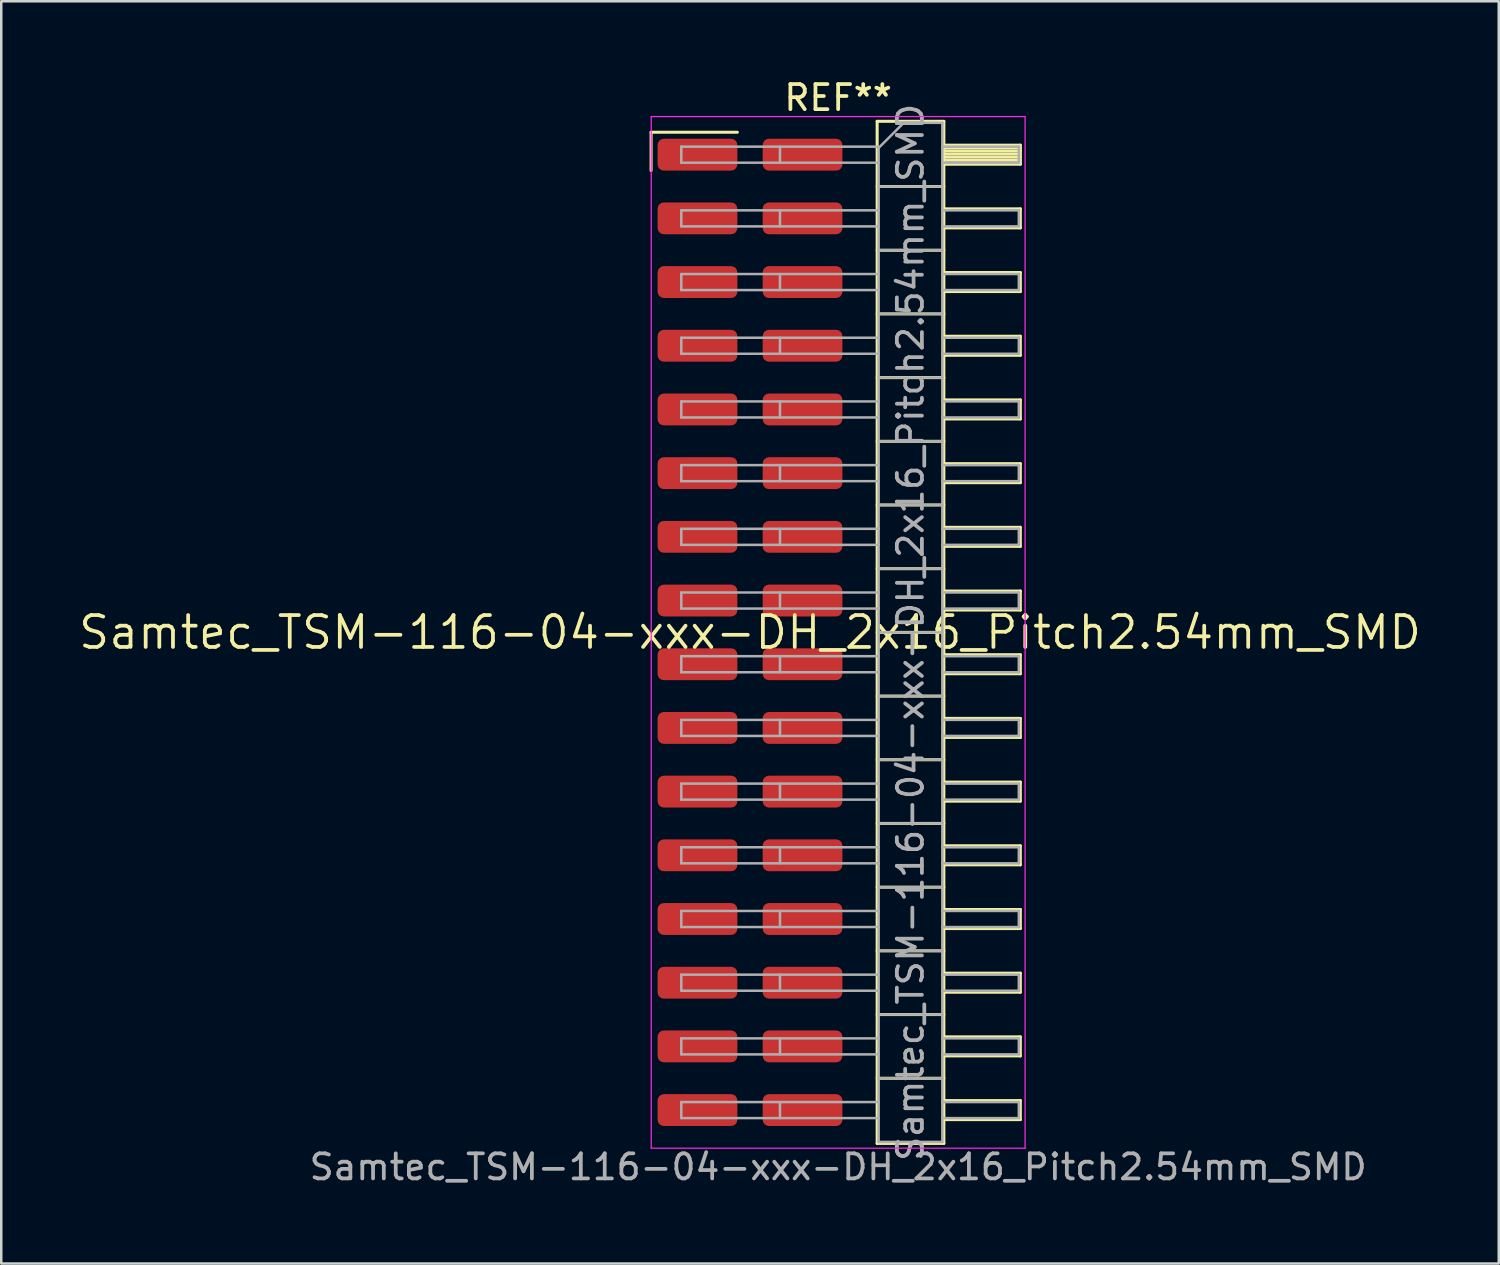
<source format=kicad_pcb>
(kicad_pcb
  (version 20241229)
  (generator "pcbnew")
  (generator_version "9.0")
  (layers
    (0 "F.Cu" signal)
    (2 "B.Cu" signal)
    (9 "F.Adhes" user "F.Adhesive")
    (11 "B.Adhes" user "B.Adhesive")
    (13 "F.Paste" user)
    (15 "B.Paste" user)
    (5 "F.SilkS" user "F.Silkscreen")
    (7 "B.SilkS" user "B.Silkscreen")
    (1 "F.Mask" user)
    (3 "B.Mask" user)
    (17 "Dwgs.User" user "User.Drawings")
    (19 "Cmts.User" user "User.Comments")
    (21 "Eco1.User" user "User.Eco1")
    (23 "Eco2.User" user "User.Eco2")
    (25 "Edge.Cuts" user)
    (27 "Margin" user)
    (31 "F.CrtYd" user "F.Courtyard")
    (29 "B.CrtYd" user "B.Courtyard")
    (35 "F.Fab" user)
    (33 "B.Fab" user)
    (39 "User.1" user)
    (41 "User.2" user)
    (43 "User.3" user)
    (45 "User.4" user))
  (footprint "Samtec_TSM-116-04-xxx-DH_2x16_Pitch2.54mm_SMD"
    (layer "F.Cu")
    (at 26.859 22.168)
    (property "Reference" "Samtec_TSM-116-04-xxx-DH_2x16_Pitch2.54mm_SMD" (at 0 0 0) (layer "F.SilkS") (effects (font (size 1.27 1.27) (thickness 0.15))))
    (attr smd)
    (fp_line (start -3.945 -19.945) (end -0.505 -19.945) (stroke (width 0.12) (type solid)) (layer "F.SilkS"))
    (fp_line (start -3.945 -18.415) (end -3.945 -19.945) (stroke (width 0.12) (type solid)) (layer "F.SilkS"))
    (fp_line (start 5.07 -20.38) (end 7.73 -20.38) (stroke (width 0.12) (type solid)) (layer "F.SilkS"))
    (fp_line (start 5.07 -17.78) (end 7.73 -17.78) (stroke (width 0.12) (type solid)) (layer "F.SilkS"))
    (fp_line (start 5.07 -15.24) (end 7.73 -15.24) (stroke (width 0.12) (type solid)) (layer "F.SilkS"))
    (fp_line (start 5.07 -12.7) (end 7.73 -12.7) (stroke (width 0.12) (type solid)) (layer "F.SilkS"))
    (fp_line (start 5.07 -10.16) (end 7.73 -10.16) (stroke (width 0.12) (type solid)) (layer "F.SilkS"))
    (fp_line (start 5.07 -7.62) (end 7.73 -7.62) (stroke (width 0.12) (type solid)) (layer "F.SilkS"))
    (fp_line (start 5.07 -5.08) (end 7.73 -5.08) (stroke (width 0.12) (type solid)) (layer "F.SilkS"))
    (fp_line (start 5.07 -2.54) (end 7.73 -2.54) (stroke (width 0.12) (type solid)) (layer "F.SilkS"))
    (fp_line (start 5.07 0) (end 7.73 0) (stroke (width 0.12) (type solid)) (layer "F.SilkS"))
    (fp_line (start 5.07 2.54) (end 7.73 2.54) (stroke (width 0.12) (type solid)) (layer "F.SilkS"))
    (fp_line (start 5.07 5.08) (end 7.73 5.08) (stroke (width 0.12) (type solid)) (layer "F.SilkS"))
    (fp_line (start 5.07 7.62) (end 7.73 7.62) (stroke (width 0.12) (type solid)) (layer "F.SilkS"))
    (fp_line (start 5.07 10.16) (end 7.73 10.16) (stroke (width 0.12) (type solid)) (layer "F.SilkS"))
    (fp_line (start 5.07 12.7) (end 7.73 12.7) (stroke (width 0.12) (type solid)) (layer "F.SilkS"))
    (fp_line (start 5.07 15.24) (end 7.73 15.24) (stroke (width 0.12) (type solid)) (layer "F.SilkS"))
    (fp_line (start 5.07 17.78) (end 7.73 17.78) (stroke (width 0.12) (type solid)) (layer "F.SilkS"))
    (fp_line (start 5.07 20.38) (end 5.07 -20.38) (stroke (width 0.12) (type solid)) (layer "F.SilkS"))
    (fp_line (start 7.73 -20.38) (end 7.73 20.38) (stroke (width 0.12) (type solid)) (layer "F.SilkS"))
    (fp_line (start 7.73 -19.43) (end 10.78 -19.43) (stroke (width 0.12) (type solid)) (layer "F.SilkS"))
    (fp_line (start 7.73 -19.31) (end 10.78 -19.31) (stroke (width 0.12) (type solid)) (layer "F.SilkS"))
    (fp_line (start 7.73 -19.19) (end 10.78 -19.19) (stroke (width 0.12) (type solid)) (layer "F.SilkS"))
    (fp_line (start 7.73 -19.07) (end 10.78 -19.07) (stroke (width 0.12) (type solid)) (layer "F.SilkS"))
    (fp_line (start 7.73 -18.95) (end 10.78 -18.95) (stroke (width 0.12) (type solid)) (layer "F.SilkS"))
    (fp_line (start 7.73 -18.83) (end 10.78 -18.83) (stroke (width 0.12) (type solid)) (layer "F.SilkS"))
    (fp_line (start 7.73 -18.71) (end 10.78 -18.71) (stroke (width 0.12) (type solid)) (layer "F.SilkS"))
    (fp_line (start 7.73 -18.67) (end 10.78 -18.67) (stroke (width 0.12) (type solid)) (layer "F.SilkS"))
    (fp_line (start 7.73 -16.89) (end 10.78 -16.89) (stroke (width 0.12) (type solid)) (layer "F.SilkS"))
    (fp_line (start 7.73 -16.13) (end 10.78 -16.13) (stroke (width 0.12) (type solid)) (layer "F.SilkS"))
    (fp_line (start 7.73 -14.35) (end 10.78 -14.35) (stroke (width 0.12) (type solid)) (layer "F.SilkS"))
    (fp_line (start 7.73 -13.59) (end 10.78 -13.59) (stroke (width 0.12) (type solid)) (layer "F.SilkS"))
    (fp_line (start 7.73 -11.81) (end 10.78 -11.81) (stroke (width 0.12) (type solid)) (layer "F.SilkS"))
    (fp_line (start 7.73 -11.05) (end 10.78 -11.05) (stroke (width 0.12) (type solid)) (layer "F.SilkS"))
    (fp_line (start 7.73 -9.27) (end 10.78 -9.27) (stroke (width 0.12) (type solid)) (layer "F.SilkS"))
    (fp_line (start 7.73 -8.51) (end 10.78 -8.51) (stroke (width 0.12) (type solid)) (layer "F.SilkS"))
    (fp_line (start 7.73 -6.73) (end 10.78 -6.73) (stroke (width 0.12) (type solid)) (layer "F.SilkS"))
    (fp_line (start 7.73 -5.97) (end 10.78 -5.97) (stroke (width 0.12) (type solid)) (layer "F.SilkS"))
    (fp_line (start 7.73 -4.19) (end 10.78 -4.19) (stroke (width 0.12) (type solid)) (layer "F.SilkS"))
    (fp_line (start 7.73 -3.43) (end 10.78 -3.43) (stroke (width 0.12) (type solid)) (layer "F.SilkS"))
    (fp_line (start 7.73 -1.65) (end 10.78 -1.65) (stroke (width 0.12) (type solid)) (layer "F.SilkS"))
    (fp_line (start 7.73 -0.89) (end 10.78 -0.89) (stroke (width 0.12) (type solid)) (layer "F.SilkS"))
    (fp_line (start 7.73 0.89) (end 10.78 0.89) (stroke (width 0.12) (type solid)) (layer "F.SilkS"))
    (fp_line (start 7.73 1.65) (end 10.78 1.65) (stroke (width 0.12) (type solid)) (layer "F.SilkS"))
    (fp_line (start 7.73 3.43) (end 10.78 3.43) (stroke (width 0.12) (type solid)) (layer "F.SilkS"))
    (fp_line (start 7.73 4.19) (end 10.78 4.19) (stroke (width 0.12) (type solid)) (layer "F.SilkS"))
    (fp_line (start 7.73 5.97) (end 10.78 5.97) (stroke (width 0.12) (type solid)) (layer "F.SilkS"))
    (fp_line (start 7.73 6.73) (end 10.78 6.73) (stroke (width 0.12) (type solid)) (layer "F.SilkS"))
    (fp_line (start 7.73 8.51) (end 10.78 8.51) (stroke (width 0.12) (type solid)) (layer "F.SilkS"))
    (fp_line (start 7.73 9.27) (end 10.78 9.27) (stroke (width 0.12) (type solid)) (layer "F.SilkS"))
    (fp_line (start 7.73 11.05) (end 10.78 11.05) (stroke (width 0.12) (type solid)) (layer "F.SilkS"))
    (fp_line (start 7.73 11.81) (end 10.78 11.81) (stroke (width 0.12) (type solid)) (layer "F.SilkS"))
    (fp_line (start 7.73 13.59) (end 10.78 13.59) (stroke (width 0.12) (type solid)) (layer "F.SilkS"))
    (fp_line (start 7.73 14.35) (end 10.78 14.35) (stroke (width 0.12) (type solid)) (layer "F.SilkS"))
    (fp_line (start 7.73 16.13) (end 10.78 16.13) (stroke (width 0.12) (type solid)) (layer "F.SilkS"))
    (fp_line (start 7.73 16.89) (end 10.78 16.89) (stroke (width 0.12) (type solid)) (layer "F.SilkS"))
    (fp_line (start 7.73 18.67) (end 10.78 18.67) (stroke (width 0.12) (type solid)) (layer "F.SilkS"))
    (fp_line (start 7.73 19.43) (end 10.78 19.43) (stroke (width 0.12) (type solid)) (layer "F.SilkS"))
    (fp_line (start 7.73 20.38) (end 5.07 20.38) (stroke (width 0.12) (type solid)) (layer "F.SilkS"))
    (fp_line (start 10.78 -19.43) (end 10.78 -18.67) (stroke (width 0.12) (type solid)) (layer "F.SilkS"))
    (fp_line (start 10.78 -16.89) (end 10.78 -16.13) (stroke (width 0.12) (type solid)) (layer "F.SilkS"))
    (fp_line (start 10.78 -14.35) (end 10.78 -13.59) (stroke (width 0.12) (type solid)) (layer "F.SilkS"))
    (fp_line (start 10.78 -11.81) (end 10.78 -11.05) (stroke (width 0.12) (type solid)) (layer "F.SilkS"))
    (fp_line (start 10.78 -9.27) (end 10.78 -8.51) (stroke (width 0.12) (type solid)) (layer "F.SilkS"))
    (fp_line (start 10.78 -6.73) (end 10.78 -5.97) (stroke (width 0.12) (type solid)) (layer "F.SilkS"))
    (fp_line (start 10.78 -4.19) (end 10.78 -3.43) (stroke (width 0.12) (type solid)) (layer "F.SilkS"))
    (fp_line (start 10.78 -1.65) (end 10.78 -0.89) (stroke (width 0.12) (type solid)) (layer "F.SilkS"))
    (fp_line (start 10.78 0.89) (end 10.78 1.65) (stroke (width 0.12) (type solid)) (layer "F.SilkS"))
    (fp_line (start 10.78 3.43) (end 10.78 4.19) (stroke (width 0.12) (type solid)) (layer "F.SilkS"))
    (fp_line (start 10.78 5.97) (end 10.78 6.73) (stroke (width 0.12) (type solid)) (layer "F.SilkS"))
    (fp_line (start 10.78 8.51) (end 10.78 9.27) (stroke (width 0.12) (type solid)) (layer "F.SilkS"))
    (fp_line (start 10.78 11.05) (end 10.78 11.81) (stroke (width 0.12) (type solid)) (layer "F.SilkS"))
    (fp_line (start 10.78 13.59) (end 10.78 14.35) (stroke (width 0.12) (type solid)) (layer "F.SilkS"))
    (fp_line (start 10.78 16.13) (end 10.78 16.89) (stroke (width 0.12) (type solid)) (layer "F.SilkS"))
    (fp_line (start 10.78 18.67) (end 10.78 19.43) (stroke (width 0.12) (type solid)) (layer "F.SilkS"))
    (fp_line (start -3.94 -20.57) (end 10.97 -20.57) (stroke (width 0.05) (type solid)) (layer "F.CrtYd"))
    (fp_line (start -3.94 20.57) (end -3.94 -20.57) (stroke (width 0.05) (type solid)) (layer "F.CrtYd"))
    (fp_line (start 10.97 -20.57) (end 10.97 20.57) (stroke (width 0.05) (type solid)) (layer "F.CrtYd"))
    (fp_line (start 10.97 20.57) (end -3.94 20.57) (stroke (width 0.05) (type solid)) (layer "F.CrtYd"))
    (fp_line (start -2.74 -19.37) (end -2.74 -18.73) (stroke (width 0.1) (type solid)) (layer "F.Fab"))
    (fp_line (start -2.74 -19.37) (end 5.13 -19.37) (stroke (width 0.1) (type solid)) (layer "F.Fab"))
    (fp_line (start -2.74 -18.73) (end 5.13 -18.73) (stroke (width 0.1) (type solid)) (layer "F.Fab"))
    (fp_line (start -2.74 -16.83) (end -2.74 -16.19) (stroke (width 0.1) (type solid)) (layer "F.Fab"))
    (fp_line (start -2.74 -16.83) (end 5.13 -16.83) (stroke (width 0.1) (type solid)) (layer "F.Fab"))
    (fp_line (start -2.74 -16.19) (end 5.13 -16.19) (stroke (width 0.1) (type solid)) (layer "F.Fab"))
    (fp_line (start -2.74 -14.29) (end -2.74 -13.65) (stroke (width 0.1) (type solid)) (layer "F.Fab"))
    (fp_line (start -2.74 -14.29) (end 5.13 -14.29) (stroke (width 0.1) (type solid)) (layer "F.Fab"))
    (fp_line (start -2.74 -13.65) (end 5.13 -13.65) (stroke (width 0.1) (type solid)) (layer "F.Fab"))
    (fp_line (start -2.74 -11.75) (end -2.74 -11.11) (stroke (width 0.1) (type solid)) (layer "F.Fab"))
    (fp_line (start -2.74 -11.75) (end 5.13 -11.75) (stroke (width 0.1) (type solid)) (layer "F.Fab"))
    (fp_line (start -2.74 -11.11) (end 5.13 -11.11) (stroke (width 0.1) (type solid)) (layer "F.Fab"))
    (fp_line (start -2.74 -9.21) (end -2.74 -8.57) (stroke (width 0.1) (type solid)) (layer "F.Fab"))
    (fp_line (start -2.74 -9.21) (end 5.13 -9.21) (stroke (width 0.1) (type solid)) (layer "F.Fab"))
    (fp_line (start -2.74 -8.57) (end 5.13 -8.57) (stroke (width 0.1) (type solid)) (layer "F.Fab"))
    (fp_line (start -2.74 -6.67) (end -2.74 -6.03) (stroke (width 0.1) (type solid)) (layer "F.Fab"))
    (fp_line (start -2.74 -6.67) (end 5.13 -6.67) (stroke (width 0.1) (type solid)) (layer "F.Fab"))
    (fp_line (start -2.74 -6.03) (end 5.13 -6.03) (stroke (width 0.1) (type solid)) (layer "F.Fab"))
    (fp_line (start -2.74 -4.13) (end -2.74 -3.49) (stroke (width 0.1) (type solid)) (layer "F.Fab"))
    (fp_line (start -2.74 -4.13) (end 5.13 -4.13) (stroke (width 0.1) (type solid)) (layer "F.Fab"))
    (fp_line (start -2.74 -3.49) (end 5.13 -3.49) (stroke (width 0.1) (type solid)) (layer "F.Fab"))
    (fp_line (start -2.74 -1.59) (end -2.74 -0.95) (stroke (width 0.1) (type solid)) (layer "F.Fab"))
    (fp_line (start -2.74 -1.59) (end 5.13 -1.59) (stroke (width 0.1) (type solid)) (layer "F.Fab"))
    (fp_line (start -2.74 -0.95) (end 5.13 -0.95) (stroke (width 0.1) (type solid)) (layer "F.Fab"))
    (fp_line (start -2.74 0.95) (end -2.74 1.59) (stroke (width 0.1) (type solid)) (layer "F.Fab"))
    (fp_line (start -2.74 0.95) (end 5.13 0.95) (stroke (width 0.1) (type solid)) (layer "F.Fab"))
    (fp_line (start -2.74 1.59) (end 5.13 1.59) (stroke (width 0.1) (type solid)) (layer "F.Fab"))
    (fp_line (start -2.74 3.49) (end -2.74 4.13) (stroke (width 0.1) (type solid)) (layer "F.Fab"))
    (fp_line (start -2.74 3.49) (end 5.13 3.49) (stroke (width 0.1) (type solid)) (layer "F.Fab"))
    (fp_line (start -2.74 4.13) (end 5.13 4.13) (stroke (width 0.1) (type solid)) (layer "F.Fab"))
    (fp_line (start -2.74 6.03) (end -2.74 6.67) (stroke (width 0.1) (type solid)) (layer "F.Fab"))
    (fp_line (start -2.74 6.03) (end 5.13 6.03) (stroke (width 0.1) (type solid)) (layer "F.Fab"))
    (fp_line (start -2.74 6.67) (end 5.13 6.67) (stroke (width 0.1) (type solid)) (layer "F.Fab"))
    (fp_line (start -2.74 8.57) (end -2.74 9.21) (stroke (width 0.1) (type solid)) (layer "F.Fab"))
    (fp_line (start -2.74 8.57) (end 5.13 8.57) (stroke (width 0.1) (type solid)) (layer "F.Fab"))
    (fp_line (start -2.74 9.21) (end 5.13 9.21) (stroke (width 0.1) (type solid)) (layer "F.Fab"))
    (fp_line (start -2.74 11.11) (end -2.74 11.75) (stroke (width 0.1) (type solid)) (layer "F.Fab"))
    (fp_line (start -2.74 11.11) (end 5.13 11.11) (stroke (width 0.1) (type solid)) (layer "F.Fab"))
    (fp_line (start -2.74 11.75) (end 5.13 11.75) (stroke (width 0.1) (type solid)) (layer "F.Fab"))
    (fp_line (start -2.74 13.65) (end -2.74 14.29) (stroke (width 0.1) (type solid)) (layer "F.Fab"))
    (fp_line (start -2.74 13.65) (end 5.13 13.65) (stroke (width 0.1) (type solid)) (layer "F.Fab"))
    (fp_line (start -2.74 14.29) (end 5.13 14.29) (stroke (width 0.1) (type solid)) (layer "F.Fab"))
    (fp_line (start -2.74 16.19) (end -2.74 16.83) (stroke (width 0.1) (type solid)) (layer "F.Fab"))
    (fp_line (start -2.74 16.19) (end 5.13 16.19) (stroke (width 0.1) (type solid)) (layer "F.Fab"))
    (fp_line (start -2.74 16.83) (end 5.13 16.83) (stroke (width 0.1) (type solid)) (layer "F.Fab"))
    (fp_line (start -2.74 18.73) (end -2.74 19.37) (stroke (width 0.1) (type solid)) (layer "F.Fab"))
    (fp_line (start -2.74 18.73) (end 5.13 18.73) (stroke (width 0.1) (type solid)) (layer "F.Fab"))
    (fp_line (start -2.74 19.37) (end 5.13 19.37) (stroke (width 0.1) (type solid)) (layer "F.Fab"))
    (fp_line (start 1.195 -19.37) (end 1.195 -18.73) (stroke (width 0.1) (type solid)) (layer "F.Fab"))
    (fp_line (start 1.195 -16.83) (end 1.195 -16.19) (stroke (width 0.1) (type solid)) (layer "F.Fab"))
    (fp_line (start 1.195 -14.29) (end 1.195 -13.65) (stroke (width 0.1) (type solid)) (layer "F.Fab"))
    (fp_line (start 1.195 -11.75) (end 1.195 -11.11) (stroke (width 0.1) (type solid)) (layer "F.Fab"))
    (fp_line (start 1.195 -9.21) (end 1.195 -8.57) (stroke (width 0.1) (type solid)) (layer "F.Fab"))
    (fp_line (start 1.195 -6.67) (end 1.195 -6.03) (stroke (width 0.1) (type solid)) (layer "F.Fab"))
    (fp_line (start 1.195 -4.13) (end 1.195 -3.49) (stroke (width 0.1) (type solid)) (layer "F.Fab"))
    (fp_line (start 1.195 -1.59) (end 1.195 -0.95) (stroke (width 0.1) (type solid)) (layer "F.Fab"))
    (fp_line (start 1.195 0.95) (end 1.195 1.59) (stroke (width 0.1) (type solid)) (layer "F.Fab"))
    (fp_line (start 1.195 3.49) (end 1.195 4.13) (stroke (width 0.1) (type solid)) (layer "F.Fab"))
    (fp_line (start 1.195 6.03) (end 1.195 6.67) (stroke (width 0.1) (type solid)) (layer "F.Fab"))
    (fp_line (start 1.195 8.57) (end 1.195 9.21) (stroke (width 0.1) (type solid)) (layer "F.Fab"))
    (fp_line (start 1.195 11.11) (end 1.195 11.75) (stroke (width 0.1) (type solid)) (layer "F.Fab"))
    (fp_line (start 1.195 13.65) (end 1.195 14.29) (stroke (width 0.1) (type solid)) (layer "F.Fab"))
    (fp_line (start 1.195 16.19) (end 1.195 16.83) (stroke (width 0.1) (type solid)) (layer "F.Fab"))
    (fp_line (start 1.195 18.73) (end 1.195 19.37) (stroke (width 0.1) (type solid)) (layer "F.Fab"))
    (fp_line (start 5.13 -19.32) (end 6.13 -20.32) (stroke (width 0.1) (type solid)) (layer "F.Fab"))
    (fp_line (start 5.13 -17.78) (end 7.67 -17.78) (stroke (width 0.1) (type solid)) (layer "F.Fab"))
    (fp_line (start 5.13 -15.24) (end 7.67 -15.24) (stroke (width 0.1) (type solid)) (layer "F.Fab"))
    (fp_line (start 5.13 -12.7) (end 7.67 -12.7) (stroke (width 0.1) (type solid)) (layer "F.Fab"))
    (fp_line (start 5.13 -10.16) (end 7.67 -10.16) (stroke (width 0.1) (type solid)) (layer "F.Fab"))
    (fp_line (start 5.13 -7.62) (end 7.67 -7.62) (stroke (width 0.1) (type solid)) (layer "F.Fab"))
    (fp_line (start 5.13 -5.08) (end 7.67 -5.08) (stroke (width 0.1) (type solid)) (layer "F.Fab"))
    (fp_line (start 5.13 -2.54) (end 7.67 -2.54) (stroke (width 0.1) (type solid)) (layer "F.Fab"))
    (fp_line (start 5.13 0) (end 7.67 0) (stroke (width 0.1) (type solid)) (layer "F.Fab"))
    (fp_line (start 5.13 2.54) (end 7.67 2.54) (stroke (width 0.1) (type solid)) (layer "F.Fab"))
    (fp_line (start 5.13 5.08) (end 7.67 5.08) (stroke (width 0.1) (type solid)) (layer "F.Fab"))
    (fp_line (start 5.13 7.62) (end 7.67 7.62) (stroke (width 0.1) (type solid)) (layer "F.Fab"))
    (fp_line (start 5.13 10.16) (end 7.67 10.16) (stroke (width 0.1) (type solid)) (layer "F.Fab"))
    (fp_line (start 5.13 12.7) (end 7.67 12.7) (stroke (width 0.1) (type solid)) (layer "F.Fab"))
    (fp_line (start 5.13 15.24) (end 7.67 15.24) (stroke (width 0.1) (type solid)) (layer "F.Fab"))
    (fp_line (start 5.13 17.78) (end 7.67 17.78) (stroke (width 0.1) (type solid)) (layer "F.Fab"))
    (fp_line (start 5.13 20.32) (end 5.13 -19.32) (stroke (width 0.1) (type solid)) (layer "F.Fab"))
    (fp_line (start 6.13 -20.32) (end 7.67 -20.32) (stroke (width 0.1) (type solid)) (layer "F.Fab"))
    (fp_line (start 7.67 -20.32) (end 7.67 20.32) (stroke (width 0.1) (type solid)) (layer "F.Fab"))
    (fp_line (start 7.67 -19.37) (end 10.72 -19.37) (stroke (width 0.1) (type solid)) (layer "F.Fab"))
    (fp_line (start 7.67 -18.73) (end 10.72 -18.73) (stroke (width 0.1) (type solid)) (layer "F.Fab"))
    (fp_line (start 7.67 -16.83) (end 10.72 -16.83) (stroke (width 0.1) (type solid)) (layer "F.Fab"))
    (fp_line (start 7.67 -16.19) (end 10.72 -16.19) (stroke (width 0.1) (type solid)) (layer "F.Fab"))
    (fp_line (start 7.67 -14.29) (end 10.72 -14.29) (stroke (width 0.1) (type solid)) (layer "F.Fab"))
    (fp_line (start 7.67 -13.65) (end 10.72 -13.65) (stroke (width 0.1) (type solid)) (layer "F.Fab"))
    (fp_line (start 7.67 -11.75) (end 10.72 -11.75) (stroke (width 0.1) (type solid)) (layer "F.Fab"))
    (fp_line (start 7.67 -11.11) (end 10.72 -11.11) (stroke (width 0.1) (type solid)) (layer "F.Fab"))
    (fp_line (start 7.67 -9.21) (end 10.72 -9.21) (stroke (width 0.1) (type solid)) (layer "F.Fab"))
    (fp_line (start 7.67 -8.57) (end 10.72 -8.57) (stroke (width 0.1) (type solid)) (layer "F.Fab"))
    (fp_line (start 7.67 -6.67) (end 10.72 -6.67) (stroke (width 0.1) (type solid)) (layer "F.Fab"))
    (fp_line (start 7.67 -6.03) (end 10.72 -6.03) (stroke (width 0.1) (type solid)) (layer "F.Fab"))
    (fp_line (start 7.67 -4.13) (end 10.72 -4.13) (stroke (width 0.1) (type solid)) (layer "F.Fab"))
    (fp_line (start 7.67 -3.49) (end 10.72 -3.49) (stroke (width 0.1) (type solid)) (layer "F.Fab"))
    (fp_line (start 7.67 -1.59) (end 10.72 -1.59) (stroke (width 0.1) (type solid)) (layer "F.Fab"))
    (fp_line (start 7.67 -0.95) (end 10.72 -0.95) (stroke (width 0.1) (type solid)) (layer "F.Fab"))
    (fp_line (start 7.67 0.95) (end 10.72 0.95) (stroke (width 0.1) (type solid)) (layer "F.Fab"))
    (fp_line (start 7.67 1.59) (end 10.72 1.59) (stroke (width 0.1) (type solid)) (layer "F.Fab"))
    (fp_line (start 7.67 3.49) (end 10.72 3.49) (stroke (width 0.1) (type solid)) (layer "F.Fab"))
    (fp_line (start 7.67 4.13) (end 10.72 4.13) (stroke (width 0.1) (type solid)) (layer "F.Fab"))
    (fp_line (start 7.67 6.03) (end 10.72 6.03) (stroke (width 0.1) (type solid)) (layer "F.Fab"))
    (fp_line (start 7.67 6.67) (end 10.72 6.67) (stroke (width 0.1) (type solid)) (layer "F.Fab"))
    (fp_line (start 7.67 8.57) (end 10.72 8.57) (stroke (width 0.1) (type solid)) (layer "F.Fab"))
    (fp_line (start 7.67 9.21) (end 10.72 9.21) (stroke (width 0.1) (type solid)) (layer "F.Fab"))
    (fp_line (start 7.67 11.11) (end 10.72 11.11) (stroke (width 0.1) (type solid)) (layer "F.Fab"))
    (fp_line (start 7.67 11.75) (end 10.72 11.75) (stroke (width 0.1) (type solid)) (layer "F.Fab"))
    (fp_line (start 7.67 13.65) (end 10.72 13.65) (stroke (width 0.1) (type solid)) (layer "F.Fab"))
    (fp_line (start 7.67 14.29) (end 10.72 14.29) (stroke (width 0.1) (type solid)) (layer "F.Fab"))
    (fp_line (start 7.67 16.19) (end 10.72 16.19) (stroke (width 0.1) (type solid)) (layer "F.Fab"))
    (fp_line (start 7.67 16.83) (end 10.72 16.83) (stroke (width 0.1) (type solid)) (layer "F.Fab"))
    (fp_line (start 7.67 18.73) (end 10.72 18.73) (stroke (width 0.1) (type solid)) (layer "F.Fab"))
    (fp_line (start 7.67 19.37) (end 10.72 19.37) (stroke (width 0.1) (type solid)) (layer "F.Fab"))
    (fp_line (start 7.67 20.32) (end 5.13 20.32) (stroke (width 0.1) (type solid)) (layer "F.Fab"))
    (fp_line (start 10.72 -19.37) (end 10.72 -18.73) (stroke (width 0.1) (type solid)) (layer "F.Fab"))
    (fp_line (start 10.72 -16.83) (end 10.72 -16.19) (stroke (width 0.1) (type solid)) (layer "F.Fab"))
    (fp_line (start 10.72 -14.29) (end 10.72 -13.65) (stroke (width 0.1) (type solid)) (layer "F.Fab"))
    (fp_line (start 10.72 -11.75) (end 10.72 -11.11) (stroke (width 0.1) (type solid)) (layer "F.Fab"))
    (fp_line (start 10.72 -9.21) (end 10.72 -8.57) (stroke (width 0.1) (type solid)) (layer "F.Fab"))
    (fp_line (start 10.72 -6.67) (end 10.72 -6.03) (stroke (width 0.1) (type solid)) (layer "F.Fab"))
    (fp_line (start 10.72 -4.13) (end 10.72 -3.49) (stroke (width 0.1) (type solid)) (layer "F.Fab"))
    (fp_line (start 10.72 -1.59) (end 10.72 -0.95) (stroke (width 0.1) (type solid)) (layer "F.Fab"))
    (fp_line (start 10.72 0.95) (end 10.72 1.59) (stroke (width 0.1) (type solid)) (layer "F.Fab"))
    (fp_line (start 10.72 3.49) (end 10.72 4.13) (stroke (width 0.1) (type solid)) (layer "F.Fab"))
    (fp_line (start 10.72 6.03) (end 10.72 6.67) (stroke (width 0.1) (type solid)) (layer "F.Fab"))
    (fp_line (start 10.72 8.57) (end 10.72 9.21) (stroke (width 0.1) (type solid)) (layer "F.Fab"))
    (fp_line (start 10.72 11.11) (end 10.72 11.75) (stroke (width 0.1) (type solid)) (layer "F.Fab"))
    (fp_line (start 10.72 13.65) (end 10.72 14.29) (stroke (width 0.1) (type solid)) (layer "F.Fab"))
    (fp_line (start 10.72 16.19) (end 10.72 16.83) (stroke (width 0.1) (type solid)) (layer "F.Fab"))
    (fp_line (start 10.72 18.73) (end 10.72 19.37) (stroke (width 0.1) (type solid)) (layer "F.Fab"))
    (fp_text user "REF**" (at 3.515 -21.32 0) (layer "F.SilkS") (effects (font (size 1 1) (thickness 0.15))))
    (fp_text user "${REFERENCE}" (at 6.4 0 90) (layer "F.Fab") (effects (font (size 1 1) (thickness 0.15))))
    (fp_text user "Samtec_TSM-116-04-xxx-DH_2x16_Pitch2.54mm_SMD" (at 3.515 21.32 0) (layer "F.Fab") (effects (font (size 1 1) (thickness 0.15))))
    (pad "1" smd roundrect (at -2.095 -19.05) (size 3.18 1.27) (layers "F.Cu" "F.Mask" "F.Paste") (roundrect_rratio 0.197))
    (pad "2" smd roundrect (at 2.095 -19.05) (size 3.18 1.27) (layers "F.Cu" "F.Mask" "F.Paste") (roundrect_rratio 0.197))
    (pad "3" smd roundrect (at -2.095 -16.51) (size 3.18 1.27) (layers "F.Cu" "F.Mask" "F.Paste") (roundrect_rratio 0.197))
    (pad "4" smd roundrect (at 2.095 -16.51) (size 3.18 1.27) (layers "F.Cu" "F.Mask" "F.Paste") (roundrect_rratio 0.197))
    (pad "5" smd roundrect (at -2.095 -13.97) (size 3.18 1.27) (layers "F.Cu" "F.Mask" "F.Paste") (roundrect_rratio 0.197))
    (pad "6" smd roundrect (at 2.095 -13.97) (size 3.18 1.27) (layers "F.Cu" "F.Mask" "F.Paste") (roundrect_rratio 0.197))
    (pad "7" smd roundrect (at -2.095 -11.43) (size 3.18 1.27) (layers "F.Cu" "F.Mask" "F.Paste") (roundrect_rratio 0.197))
    (pad "8" smd roundrect (at 2.095 -11.43) (size 3.18 1.27) (layers "F.Cu" "F.Mask" "F.Paste") (roundrect_rratio 0.197))
    (pad "9" smd roundrect (at -2.095 -8.89) (size 3.18 1.27) (layers "F.Cu" "F.Mask" "F.Paste") (roundrect_rratio 0.197))
    (pad "10" smd roundrect (at 2.095 -8.89) (size 3.18 1.27) (layers "F.Cu" "F.Mask" "F.Paste") (roundrect_rratio 0.197))
    (pad "11" smd roundrect (at -2.095 -6.35) (size 3.18 1.27) (layers "F.Cu" "F.Mask" "F.Paste") (roundrect_rratio 0.197))
    (pad "12" smd roundrect (at 2.095 -6.35) (size 3.18 1.27) (layers "F.Cu" "F.Mask" "F.Paste") (roundrect_rratio 0.197))
    (pad "13" smd roundrect (at -2.095 -3.81) (size 3.18 1.27) (layers "F.Cu" "F.Mask" "F.Paste") (roundrect_rratio 0.197))
    (pad "14" smd roundrect (at 2.095 -3.81) (size 3.18 1.27) (layers "F.Cu" "F.Mask" "F.Paste") (roundrect_rratio 0.197))
    (pad "15" smd roundrect (at -2.095 -1.27) (size 3.18 1.27) (layers "F.Cu" "F.Mask" "F.Paste") (roundrect_rratio 0.197))
    (pad "16" smd roundrect (at 2.095 -1.27) (size 3.18 1.27) (layers "F.Cu" "F.Mask" "F.Paste") (roundrect_rratio 0.197))
    (pad "17" smd roundrect (at -2.095 1.27) (size 3.18 1.27) (layers "F.Cu" "F.Mask" "F.Paste") (roundrect_rratio 0.197))
    (pad "18" smd roundrect (at 2.095 1.27) (size 3.18 1.27) (layers "F.Cu" "F.Mask" "F.Paste") (roundrect_rratio 0.197))
    (pad "19" smd roundrect (at -2.095 3.81) (size 3.18 1.27) (layers "F.Cu" "F.Mask" "F.Paste") (roundrect_rratio 0.197))
    (pad "20" smd roundrect (at 2.095 3.81) (size 3.18 1.27) (layers "F.Cu" "F.Mask" "F.Paste") (roundrect_rratio 0.197))
    (pad "21" smd roundrect (at -2.095 6.35) (size 3.18 1.27) (layers "F.Cu" "F.Mask" "F.Paste") (roundrect_rratio 0.197))
    (pad "22" smd roundrect (at 2.095 6.35) (size 3.18 1.27) (layers "F.Cu" "F.Mask" "F.Paste") (roundrect_rratio 0.197))
    (pad "23" smd roundrect (at -2.095 8.89) (size 3.18 1.27) (layers "F.Cu" "F.Mask" "F.Paste") (roundrect_rratio 0.197))
    (pad "24" smd roundrect (at 2.095 8.89) (size 3.18 1.27) (layers "F.Cu" "F.Mask" "F.Paste") (roundrect_rratio 0.197))
    (pad "25" smd roundrect (at -2.095 11.43) (size 3.18 1.27) (layers "F.Cu" "F.Mask" "F.Paste") (roundrect_rratio 0.197))
    (pad "26" smd roundrect (at 2.095 11.43) (size 3.18 1.27) (layers "F.Cu" "F.Mask" "F.Paste") (roundrect_rratio 0.197))
    (pad "27" smd roundrect (at -2.095 13.97) (size 3.18 1.27) (layers "F.Cu" "F.Mask" "F.Paste") (roundrect_rratio 0.197))
    (pad "28" smd roundrect (at 2.095 13.97) (size 3.18 1.27) (layers "F.Cu" "F.Mask" "F.Paste") (roundrect_rratio 0.197))
    (pad "29" smd roundrect (at -2.095 16.51) (size 3.18 1.27) (layers "F.Cu" "F.Mask" "F.Paste") (roundrect_rratio 0.197))
    (pad "30" smd roundrect (at 2.095 16.51) (size 3.18 1.27) (layers "F.Cu" "F.Mask" "F.Paste") (roundrect_rratio 0.197))
    (pad "31" smd roundrect (at -2.095 19.05) (size 3.18 1.27) (layers "F.Cu" "F.Mask" "F.Paste") (roundrect_rratio 0.197))
    (pad "32" smd roundrect (at 2.095 19.05) (size 3.18 1.27) (layers "F.Cu" "F.Mask" "F.Paste") (roundrect_rratio 0.197)))
  (gr_rect
    (start -3 -3)
    (end 56.717 47.337)
    (stroke (width 0.1) (type default))
    (fill no)
    (layer "Edge.Cuts")))
</source>
